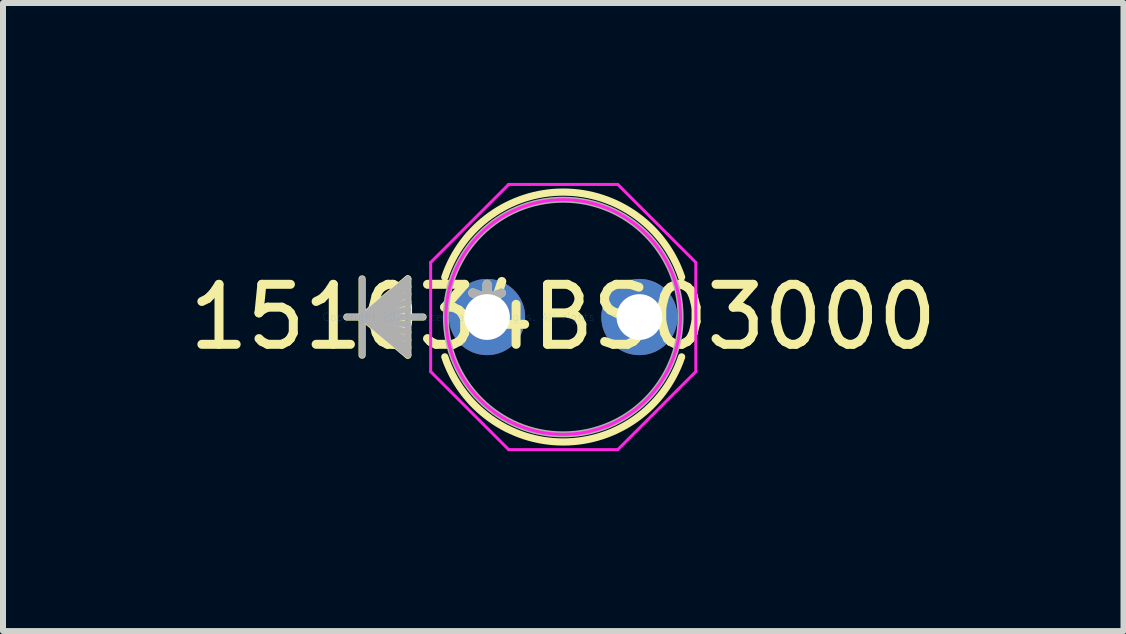
<source format=kicad_pcb>
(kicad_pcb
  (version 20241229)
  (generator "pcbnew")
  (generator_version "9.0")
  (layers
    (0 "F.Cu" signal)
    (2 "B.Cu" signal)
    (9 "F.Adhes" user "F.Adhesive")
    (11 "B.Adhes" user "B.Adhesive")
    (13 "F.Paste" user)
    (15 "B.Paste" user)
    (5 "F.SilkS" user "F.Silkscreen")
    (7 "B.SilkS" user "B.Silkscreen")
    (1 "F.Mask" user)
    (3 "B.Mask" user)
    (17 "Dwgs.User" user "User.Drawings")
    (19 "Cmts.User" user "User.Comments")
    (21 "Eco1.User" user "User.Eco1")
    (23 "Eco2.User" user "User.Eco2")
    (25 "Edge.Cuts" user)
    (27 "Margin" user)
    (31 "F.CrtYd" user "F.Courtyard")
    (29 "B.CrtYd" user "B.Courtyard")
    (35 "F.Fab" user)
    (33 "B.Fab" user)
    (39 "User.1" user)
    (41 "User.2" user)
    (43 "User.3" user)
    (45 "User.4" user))
  (footprint "151034BS03000"
    (layer "F.Cu")
    (at 5.069 2.235)
    (property "Reference" "151034BS03000" (at 1.27 0 0) (layer "F.SilkS") (effects (font (size 1 1) (thickness 0.15))))
    (attr through_hole)
    (fp_line (start -2.083 -0.635) (end -2.083 0.635) (stroke (width 0.12) (type solid)) (layer "F.SilkS"))
    (fp_line (start -2.083 0) (end -1.321 -0.635) (stroke (width 0.12) (type solid)) (layer "F.SilkS"))
    (fp_line (start -2.083 0) (end -1.321 -0.508) (stroke (width 0.12) (type solid)) (layer "F.SilkS"))
    (fp_line (start -2.083 0) (end -1.321 -0.381) (stroke (width 0.12) (type solid)) (layer "F.SilkS"))
    (fp_line (start -2.083 0) (end -1.321 -0.254) (stroke (width 0.12) (type solid)) (layer "F.SilkS"))
    (fp_line (start -2.083 0) (end -1.321 -0.127) (stroke (width 0.12) (type solid)) (layer "F.SilkS"))
    (fp_line (start -2.083 0) (end -1.321 0.127) (stroke (width 0.12) (type solid)) (layer "F.SilkS"))
    (fp_line (start -2.083 0) (end -1.321 0.254) (stroke (width 0.12) (type solid)) (layer "F.SilkS"))
    (fp_line (start -2.083 0) (end -1.321 0.381) (stroke (width 0.12) (type solid)) (layer "F.SilkS"))
    (fp_line (start -2.083 0) (end -1.321 0.508) (stroke (width 0.12) (type solid)) (layer "F.SilkS"))
    (fp_line (start -2.083 0) (end -1.321 0.635) (stroke (width 0.12) (type solid)) (layer "F.SilkS"))
    (fp_line (start -1.321 -0.635) (end -1.321 0.635) (stroke (width 0.12) (type solid)) (layer "F.SilkS"))
    (fp_line (start -1.067 0) (end -2.337 0) (stroke (width 0.12) (type solid)) (layer "F.SilkS"))
    (fp_arc (start -0.704187 -0.663808) (mid 1.27 -2.0828) (end 3.244187 -0.663808) (stroke (width 0.12) (type solid)) (layer "F.SilkS"))
    (fp_arc (start 3.244187 0.663808) (mid 1.27 2.0828) (end -0.704187 0.663808) (stroke (width 0.12) (type solid)) (layer "F.SilkS"))
    (fp_line (start -0.94 -0.91) (end 0.36 -2.21) (stroke (width 0.05) (type solid)) (layer "F.CrtYd"))
    (fp_line (start -0.94 0.91) (end -0.94 -0.91) (stroke (width 0.05) (type solid)) (layer "F.CrtYd"))
    (fp_line (start 0.36 -2.21) (end 2.18 -2.21) (stroke (width 0.05) (type solid)) (layer "F.CrtYd"))
    (fp_line (start 0.36 2.21) (end -0.94 0.91) (stroke (width 0.05) (type solid)) (layer "F.CrtYd"))
    (fp_line (start 2.18 -2.21) (end 3.48 -0.91) (stroke (width 0.05) (type solid)) (layer "F.CrtYd"))
    (fp_line (start 2.18 2.21) (end 0.36 2.21) (stroke (width 0.05) (type solid)) (layer "F.CrtYd"))
    (fp_line (start 3.48 -0.91) (end 3.48 0.91) (stroke (width 0.05) (type solid)) (layer "F.CrtYd"))
    (fp_line (start 3.48 0.91) (end 2.18 2.21) (stroke (width 0.05) (type solid)) (layer "F.CrtYd"))
    (fp_circle (center 1.27 0) (end 3.226 0) (stroke (width 0.05) (type solid)) (fill no) (layer "F.CrtYd"))
    (fp_line (start -2.083 -0.635) (end -2.083 0.635) (stroke (width 0.1) (type solid)) (layer "F.Fab"))
    (fp_line (start -2.083 0) (end -1.321 -0.635) (stroke (width 0.1) (type solid)) (layer "F.Fab"))
    (fp_line (start -2.083 0) (end -1.321 -0.508) (stroke (width 0.1) (type solid)) (layer "F.Fab"))
    (fp_line (start -2.083 0) (end -1.321 -0.381) (stroke (width 0.1) (type solid)) (layer "F.Fab"))
    (fp_line (start -2.083 0) (end -1.321 -0.254) (stroke (width 0.1) (type solid)) (layer "F.Fab"))
    (fp_line (start -2.083 0) (end -1.321 -0.127) (stroke (width 0.1) (type solid)) (layer "F.Fab"))
    (fp_line (start -2.083 0) (end -1.321 0.127) (stroke (width 0.1) (type solid)) (layer "F.Fab"))
    (fp_line (start -2.083 0) (end -1.321 0.254) (stroke (width 0.1) (type solid)) (layer "F.Fab"))
    (fp_line (start -2.083 0) (end -1.321 0.381) (stroke (width 0.1) (type solid)) (layer "F.Fab"))
    (fp_line (start -2.083 0) (end -1.321 0.508) (stroke (width 0.1) (type solid)) (layer "F.Fab"))
    (fp_line (start -2.083 0) (end -1.321 0.635) (stroke (width 0.1) (type solid)) (layer "F.Fab"))
    (fp_line (start -1.321 -0.635) (end -1.321 0.635) (stroke (width 0.1) (type solid)) (layer "F.Fab"))
    (fp_line (start -1.067 0) (end -2.337 0) (stroke (width 0.1) (type solid)) (layer "F.Fab"))
    (fp_circle (center 1.27 0) (end 3.226 0) (stroke (width 0.1) (type solid)) (fill no) (layer "F.Fab"))
    (fp_text user "*" (at 0 0 0) (layer "F.SilkS") (effects (font (size 1 1) (thickness 0.15))))
    (fp_text user "Copyright 2021 Accelerated Designs. All rights reserved." (at 0 0 0) (layer "Cmts.User") (effects (font (size 0.127 0.127) (thickness 0.002))))
    (fp_text user "*" (at 0 0 0) (layer "F.Fab") (effects (font (size 1 1) (thickness 0.15))))
    (pad "1" thru_hole circle (at 0 0) (size 1.27 1.27) (drill 0.762) (layers "*.Cu" "*.Mask"))
    (pad "2" thru_hole circle (at 2.54 0) (size 1.27 1.27) (drill 0.762) (layers "*.Cu" "*.Mask")))
  (gr_rect
    (start -3 -3)
    (end 15.679 7.47)
    (stroke (width 0.1) (type default))
    (fill no)
    (layer "Edge.Cuts")))
</source>
